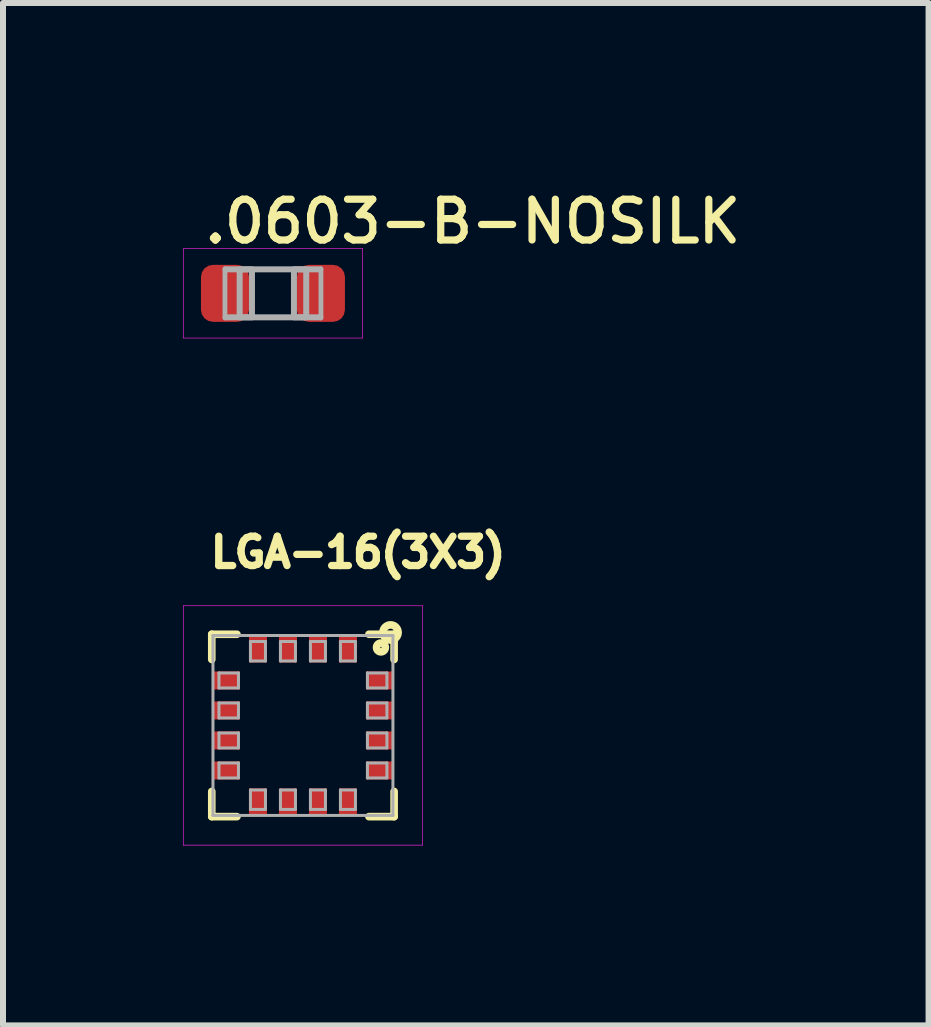
<source format=kicad_pcb>
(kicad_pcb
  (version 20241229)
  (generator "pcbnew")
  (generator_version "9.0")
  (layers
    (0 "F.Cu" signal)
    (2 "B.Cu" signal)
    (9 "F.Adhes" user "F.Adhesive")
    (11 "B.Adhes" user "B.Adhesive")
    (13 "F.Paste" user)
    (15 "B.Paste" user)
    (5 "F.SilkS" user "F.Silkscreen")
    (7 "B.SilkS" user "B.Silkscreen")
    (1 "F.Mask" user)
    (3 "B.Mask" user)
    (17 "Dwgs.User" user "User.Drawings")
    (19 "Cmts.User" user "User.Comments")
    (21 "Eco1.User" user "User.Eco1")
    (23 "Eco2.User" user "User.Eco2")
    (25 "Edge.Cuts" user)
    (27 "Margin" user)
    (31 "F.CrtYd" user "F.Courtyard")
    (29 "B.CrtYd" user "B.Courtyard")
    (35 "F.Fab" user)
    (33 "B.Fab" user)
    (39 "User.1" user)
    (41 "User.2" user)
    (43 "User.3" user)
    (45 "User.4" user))
  (footprint "LGA-16(3X3)"
    (layer "F.Cu")
    (at 2 9.043)
    (property "Reference" "LGA-16(3X3)" (at -1.6 -2.6 0) (unlocked yes) (layer "F.SilkS") (effects (font (size 0.488 0.488) (thickness 0.122)) (justify left bottom)))
    (fp_line (start -1.52 -1.52) (end -1.1 -1.52) (stroke (width 0.127) (type solid)) (layer "F.SilkS"))
    (fp_line (start -1.52 -1.1) (end -1.52 -1.52) (stroke (width 0.127) (type solid)) (layer "F.SilkS"))
    (fp_line (start -1.52 1.52) (end -1.52 1.1) (stroke (width 0.127) (type solid)) (layer "F.SilkS"))
    (fp_line (start -1.52 1.52) (end -1.1 1.52) (stroke (width 0.127) (type solid)) (layer "F.SilkS"))
    (fp_line (start 1.52 -1.52) (end 1.1 -1.52) (stroke (width 0.127) (type solid)) (layer "F.SilkS"))
    (fp_line (start 1.52 -1.52) (end 1.52 -1.1) (stroke (width 0.127) (type solid)) (layer "F.SilkS"))
    (fp_line (start 1.52 1.52) (end 1.1 1.52) (stroke (width 0.127) (type solid)) (layer "F.SilkS"))
    (fp_line (start 1.52 1.52) (end 1.52 1.1) (stroke (width 0.127) (type solid)) (layer "F.SilkS"))
    (fp_circle (center 1.3 -1.3) (end 1.31 -1.3) (stroke (width 0.127) (type solid)) (fill no) (layer "F.SilkS"))
    (fp_circle (center 1.46 -1.55) (end 1.523 -1.55) (stroke (width 0.127) (type solid)) (fill no) (layer "F.SilkS"))
    (fp_line (start -1.995 -1.995) (end -1.995 1.995) (stroke (width 0.01) (type solid)) (layer "F.CrtYd"))
    (fp_line (start -1.995 1.995) (end 1.995 1.995) (stroke (width 0.01) (type solid)) (layer "F.CrtYd"))
    (fp_line (start 1.995 -1.995) (end -1.995 -1.995) (stroke (width 0.01) (type solid)) (layer "F.CrtYd"))
    (fp_line (start 1.995 1.995) (end 1.995 -1.995) (stroke (width 0.01) (type solid)) (layer "F.CrtYd"))
    (fp_line (start -1.5 -1.5) (end -1.5 1.5) (stroke (width 0.05) (type solid)) (layer "F.Fab"))
    (fp_line (start -1.5 1.5) (end 1.5 1.5) (stroke (width 0.05) (type solid)) (layer "F.Fab"))
    (fp_line (start -1.4 -0.875) (end -1.4 -0.625) (stroke (width 0.05) (type solid)) (layer "F.Fab"))
    (fp_line (start -1.4 -0.625) (end -1.075 -0.625) (stroke (width 0.05) (type solid)) (layer "F.Fab"))
    (fp_line (start -1.4 -0.375) (end -1.4 -0.125) (stroke (width 0.05) (type solid)) (layer "F.Fab"))
    (fp_line (start -1.4 -0.125) (end -1.075 -0.125) (stroke (width 0.05) (type solid)) (layer "F.Fab"))
    (fp_line (start -1.4 0.125) (end -1.075 0.125) (stroke (width 0.05) (type solid)) (layer "F.Fab"))
    (fp_line (start -1.4 0.375) (end -1.4 0.125) (stroke (width 0.05) (type solid)) (layer "F.Fab"))
    (fp_line (start -1.4 0.625) (end -1.075 0.625) (stroke (width 0.05) (type solid)) (layer "F.Fab"))
    (fp_line (start -1.4 0.875) (end -1.4 0.625) (stroke (width 0.05) (type solid)) (layer "F.Fab"))
    (fp_line (start -1.075 -0.875) (end -1.4 -0.875) (stroke (width 0.05) (type solid)) (layer "F.Fab"))
    (fp_line (start -1.075 -0.625) (end -1.075 -0.875) (stroke (width 0.05) (type solid)) (layer "F.Fab"))
    (fp_line (start -1.075 -0.375) (end -1.4 -0.375) (stroke (width 0.05) (type solid)) (layer "F.Fab"))
    (fp_line (start -1.075 -0.125) (end -1.075 -0.375) (stroke (width 0.05) (type solid)) (layer "F.Fab"))
    (fp_line (start -1.075 0.125) (end -1.075 0.375) (stroke (width 0.05) (type solid)) (layer "F.Fab"))
    (fp_line (start -1.075 0.375) (end -1.4 0.375) (stroke (width 0.05) (type solid)) (layer "F.Fab"))
    (fp_line (start -1.075 0.625) (end -1.075 0.875) (stroke (width 0.05) (type solid)) (layer "F.Fab"))
    (fp_line (start -1.075 0.875) (end -1.4 0.875) (stroke (width 0.05) (type solid)) (layer "F.Fab"))
    (fp_line (start -0.875 -1.4) (end -0.625 -1.4) (stroke (width 0.05) (type solid)) (layer "F.Fab"))
    (fp_line (start -0.875 -1.075) (end -0.875 -1.4) (stroke (width 0.05) (type solid)) (layer "F.Fab"))
    (fp_line (start -0.875 1.075) (end -0.625 1.075) (stroke (width 0.05) (type solid)) (layer "F.Fab"))
    (fp_line (start -0.875 1.4) (end -0.875 1.075) (stroke (width 0.05) (type solid)) (layer "F.Fab"))
    (fp_line (start -0.625 -1.4) (end -0.625 -1.075) (stroke (width 0.05) (type solid)) (layer "F.Fab"))
    (fp_line (start -0.625 -1.075) (end -0.875 -1.075) (stroke (width 0.05) (type solid)) (layer "F.Fab"))
    (fp_line (start -0.625 1.075) (end -0.625 1.4) (stroke (width 0.05) (type solid)) (layer "F.Fab"))
    (fp_line (start -0.625 1.4) (end -0.875 1.4) (stroke (width 0.05) (type solid)) (layer "F.Fab"))
    (fp_line (start -0.375 -1.4) (end -0.125 -1.4) (stroke (width 0.05) (type solid)) (layer "F.Fab"))
    (fp_line (start -0.375 -1.075) (end -0.375 -1.4) (stroke (width 0.05) (type solid)) (layer "F.Fab"))
    (fp_line (start -0.375 1.075) (end -0.125 1.075) (stroke (width 0.05) (type solid)) (layer "F.Fab"))
    (fp_line (start -0.375 1.4) (end -0.375 1.075) (stroke (width 0.05) (type solid)) (layer "F.Fab"))
    (fp_line (start -0.125 -1.4) (end -0.125 -1.075) (stroke (width 0.05) (type solid)) (layer "F.Fab"))
    (fp_line (start -0.125 -1.075) (end -0.375 -1.075) (stroke (width 0.05) (type solid)) (layer "F.Fab"))
    (fp_line (start -0.125 1.075) (end -0.125 1.4) (stroke (width 0.05) (type solid)) (layer "F.Fab"))
    (fp_line (start -0.125 1.4) (end -0.375 1.4) (stroke (width 0.05) (type solid)) (layer "F.Fab"))
    (fp_line (start 0.125 -1.4) (end 0.375 -1.4) (stroke (width 0.05) (type solid)) (layer "F.Fab"))
    (fp_line (start 0.125 -1.075) (end 0.125 -1.4) (stroke (width 0.05) (type solid)) (layer "F.Fab"))
    (fp_line (start 0.125 1.075) (end 0.125 1.4) (stroke (width 0.05) (type solid)) (layer "F.Fab"))
    (fp_line (start 0.125 1.4) (end 0.375 1.4) (stroke (width 0.05) (type solid)) (layer "F.Fab"))
    (fp_line (start 0.375 -1.4) (end 0.375 -1.075) (stroke (width 0.05) (type solid)) (layer "F.Fab"))
    (fp_line (start 0.375 -1.075) (end 0.125 -1.075) (stroke (width 0.05) (type solid)) (layer "F.Fab"))
    (fp_line (start 0.375 1.075) (end 0.125 1.075) (stroke (width 0.05) (type solid)) (layer "F.Fab"))
    (fp_line (start 0.375 1.4) (end 0.375 1.075) (stroke (width 0.05) (type solid)) (layer "F.Fab"))
    (fp_line (start 0.625 -1.4) (end 0.875 -1.4) (stroke (width 0.05) (type solid)) (layer "F.Fab"))
    (fp_line (start 0.625 -1.075) (end 0.625 -1.4) (stroke (width 0.05) (type solid)) (layer "F.Fab"))
    (fp_line (start 0.625 1.075) (end 0.875 1.075) (stroke (width 0.05) (type solid)) (layer "F.Fab"))
    (fp_line (start 0.625 1.4) (end 0.625 1.075) (stroke (width 0.05) (type solid)) (layer "F.Fab"))
    (fp_line (start 0.875 -1.4) (end 0.875 -1.075) (stroke (width 0.05) (type solid)) (layer "F.Fab"))
    (fp_line (start 0.875 -1.075) (end 0.625 -1.075) (stroke (width 0.05) (type solid)) (layer "F.Fab"))
    (fp_line (start 0.875 1.075) (end 0.875 1.4) (stroke (width 0.05) (type solid)) (layer "F.Fab"))
    (fp_line (start 0.875 1.4) (end 0.625 1.4) (stroke (width 0.05) (type solid)) (layer "F.Fab"))
    (fp_line (start 1.075 -0.875) (end 1.4 -0.875) (stroke (width 0.05) (type solid)) (layer "F.Fab"))
    (fp_line (start 1.075 -0.625) (end 1.075 -0.875) (stroke (width 0.05) (type solid)) (layer "F.Fab"))
    (fp_line (start 1.075 -0.375) (end 1.4 -0.375) (stroke (width 0.05) (type solid)) (layer "F.Fab"))
    (fp_line (start 1.075 -0.125) (end 1.075 -0.375) (stroke (width 0.05) (type solid)) (layer "F.Fab"))
    (fp_line (start 1.075 0.125) (end 1.075 0.375) (stroke (width 0.05) (type solid)) (layer "F.Fab"))
    (fp_line (start 1.075 0.375) (end 1.4 0.375) (stroke (width 0.05) (type solid)) (layer "F.Fab"))
    (fp_line (start 1.075 0.625) (end 1.075 0.875) (stroke (width 0.05) (type solid)) (layer "F.Fab"))
    (fp_line (start 1.075 0.875) (end 1.4 0.875) (stroke (width 0.05) (type solid)) (layer "F.Fab"))
    (fp_line (start 1.4 -0.875) (end 1.4 -0.625) (stroke (width 0.05) (type solid)) (layer "F.Fab"))
    (fp_line (start 1.4 -0.625) (end 1.075 -0.625) (stroke (width 0.05) (type solid)) (layer "F.Fab"))
    (fp_line (start 1.4 -0.375) (end 1.4 -0.125) (stroke (width 0.05) (type solid)) (layer "F.Fab"))
    (fp_line (start 1.4 -0.125) (end 1.075 -0.125) (stroke (width 0.05) (type solid)) (layer "F.Fab"))
    (fp_line (start 1.4 0.125) (end 1.075 0.125) (stroke (width 0.05) (type solid)) (layer "F.Fab"))
    (fp_line (start 1.4 0.375) (end 1.4 0.125) (stroke (width 0.05) (type solid)) (layer "F.Fab"))
    (fp_line (start 1.4 0.625) (end 1.075 0.625) (stroke (width 0.05) (type solid)) (layer "F.Fab"))
    (fp_line (start 1.4 0.875) (end 1.4 0.625) (stroke (width 0.05) (type solid)) (layer "F.Fab"))
    (fp_line (start 1.5 -1.5) (end -1.5 -1.5) (stroke (width 0.05) (type solid)) (layer "F.Fab"))
    (fp_line (start 1.5 1.5) (end 1.5 -1.5) (stroke (width 0.05) (type solid)) (layer "F.Fab"))
    (pad "1" smd rect (at 0.75 -1.275) (size 0.3 0.45) (layers "F.Cu" "F.Mask" "F.Paste"))
    (pad "2" smd rect (at 0.25 -1.275) (size 0.3 0.45) (layers "F.Cu" "F.Mask" "F.Paste"))
    (pad "3" smd rect (at -0.25 -1.275) (size 0.3 0.45) (layers "F.Cu" "F.Mask" "F.Paste"))
    (pad "4" smd rect (at -0.75 -1.275) (size 0.3 0.45) (layers "F.Cu" "F.Mask" "F.Paste"))
    (pad "5" smd rect (at -1.275 -0.75 90) (size 0.3 0.45) (layers "F.Cu" "F.Mask" "F.Paste"))
    (pad "6" smd rect (at -1.275 -0.25 90) (size 0.3 0.45) (layers "F.Cu" "F.Mask" "F.Paste"))
    (pad "7" smd rect (at -1.275 0.25 90) (size 0.3 0.45) (layers "F.Cu" "F.Mask" "F.Paste"))
    (pad "8" smd rect (at -1.275 0.75 90) (size 0.3 0.45) (layers "F.Cu" "F.Mask" "F.Paste"))
    (pad "9" smd rect (at -0.75 1.275 180) (size 0.3 0.45) (layers "F.Cu" "F.Mask" "F.Paste"))
    (pad "10" smd rect (at -0.25 1.275 180) (size 0.3 0.45) (layers "F.Cu" "F.Mask" "F.Paste"))
    (pad "11" smd rect (at 0.25 1.275 180) (size 0.3 0.45) (layers "F.Cu" "F.Mask" "F.Paste"))
    (pad "12" smd rect (at 0.75 1.275 180) (size 0.3 0.45) (layers "F.Cu" "F.Mask" "F.Paste"))
    (pad "13" smd rect (at 1.275 0.75 270) (size 0.3 0.45) (layers "F.Cu" "F.Mask" "F.Paste"))
    (pad "14" smd rect (at 1.275 0.25 270) (size 0.3 0.45) (layers "F.Cu" "F.Mask" "F.Paste"))
    (pad "15" smd rect (at 1.275 -0.25 270) (size 0.3 0.45) (layers "F.Cu" "F.Mask" "F.Paste"))
    (pad "16" smd rect (at 1.275 -0.75 270) (size 0.3 0.45) (layers "F.Cu" "F.Mask" "F.Paste")))
  (footprint ".0603-B-NOSILK"
    (layer "F.Cu")
    (at 1.5 1.84)
    (property "Reference" ".0603-B-NOSILK" (at -1.2 -0.8 0) (unlocked yes) (layer "F.SilkS") (effects (font (size 0.68 0.68) (thickness 0.12)) (justify left bottom)))
    (fp_poly (pts (xy -0.34 0.54) (xy -1.26 0.54) (xy -1.26 -0.54) (xy -0.34 -0.54)) (stroke (width 0) (type default)) (fill yes) (layer "F.Mask"))
    (fp_poly (pts (xy 1.26 0.54) (xy 0.34 0.54) (xy 0.34 -0.54) (xy 1.26 -0.54)) (stroke (width 0) (type default)) (fill yes) (layer "F.Mask"))
    (fp_line (start -1.495 -0.745) (end -1.495 0.745) (stroke (width 0.01) (type solid)) (layer "F.CrtYd"))
    (fp_line (start -1.495 0.745) (end 1.495 0.745) (stroke (width 0.01) (type solid)) (layer "F.CrtYd"))
    (fp_line (start 1.495 -0.745) (end -1.495 -0.745) (stroke (width 0.01) (type solid)) (layer "F.CrtYd"))
    (fp_line (start 1.495 0.745) (end 1.495 -0.745) (stroke (width 0.01) (type solid)) (layer "F.CrtYd"))
    (fp_line (start -0.8 0.41) (end -0.8 -0.41) (stroke (width 0.08) (type solid)) (layer "F.Fab"))
    (fp_line (start -0.79 -0.4) (end 0.79 -0.4) (stroke (width 0.1) (type solid)) (layer "F.Fab"))
    (fp_line (start 0.79 0.4) (end -0.79 0.4) (stroke (width 0.1) (type solid)) (layer "F.Fab"))
    (fp_line (start 0.8 -0.41) (end 0.8 0.41) (stroke (width 0.08) (type solid)) (layer "F.Fab"))
    (fp_poly (pts (xy -0.555 0.4) (xy -0.35 0.4) (xy -0.35 -0.4) (xy -0.555 -0.4)) (stroke (width 0.1) (type default)) (fill no) (layer "F.Fab"))
    (fp_poly (pts (xy 0.35 0.4) (xy 0.555 0.4) (xy 0.555 -0.4) (xy 0.35 -0.4)) (stroke (width 0.1) (type default)) (fill no) (layer "F.Fab"))
    (pad "1" smd roundrect (at -0.8 0) (size 0.8 0.95) (layers "F.Cu" "F.Paste") (roundrect_rratio 0.25))
    (pad "2" smd roundrect (at 0.8 0) (size 0.8 0.95) (layers "F.Cu" "F.Paste") (roundrect_rratio 0.25)))
  (gr_rect
    (start -3 -3)
    (end 12.429 14.043)
    (stroke (width 0.1) (type default))
    (fill no)
    (layer "Edge.Cuts")))
</source>
